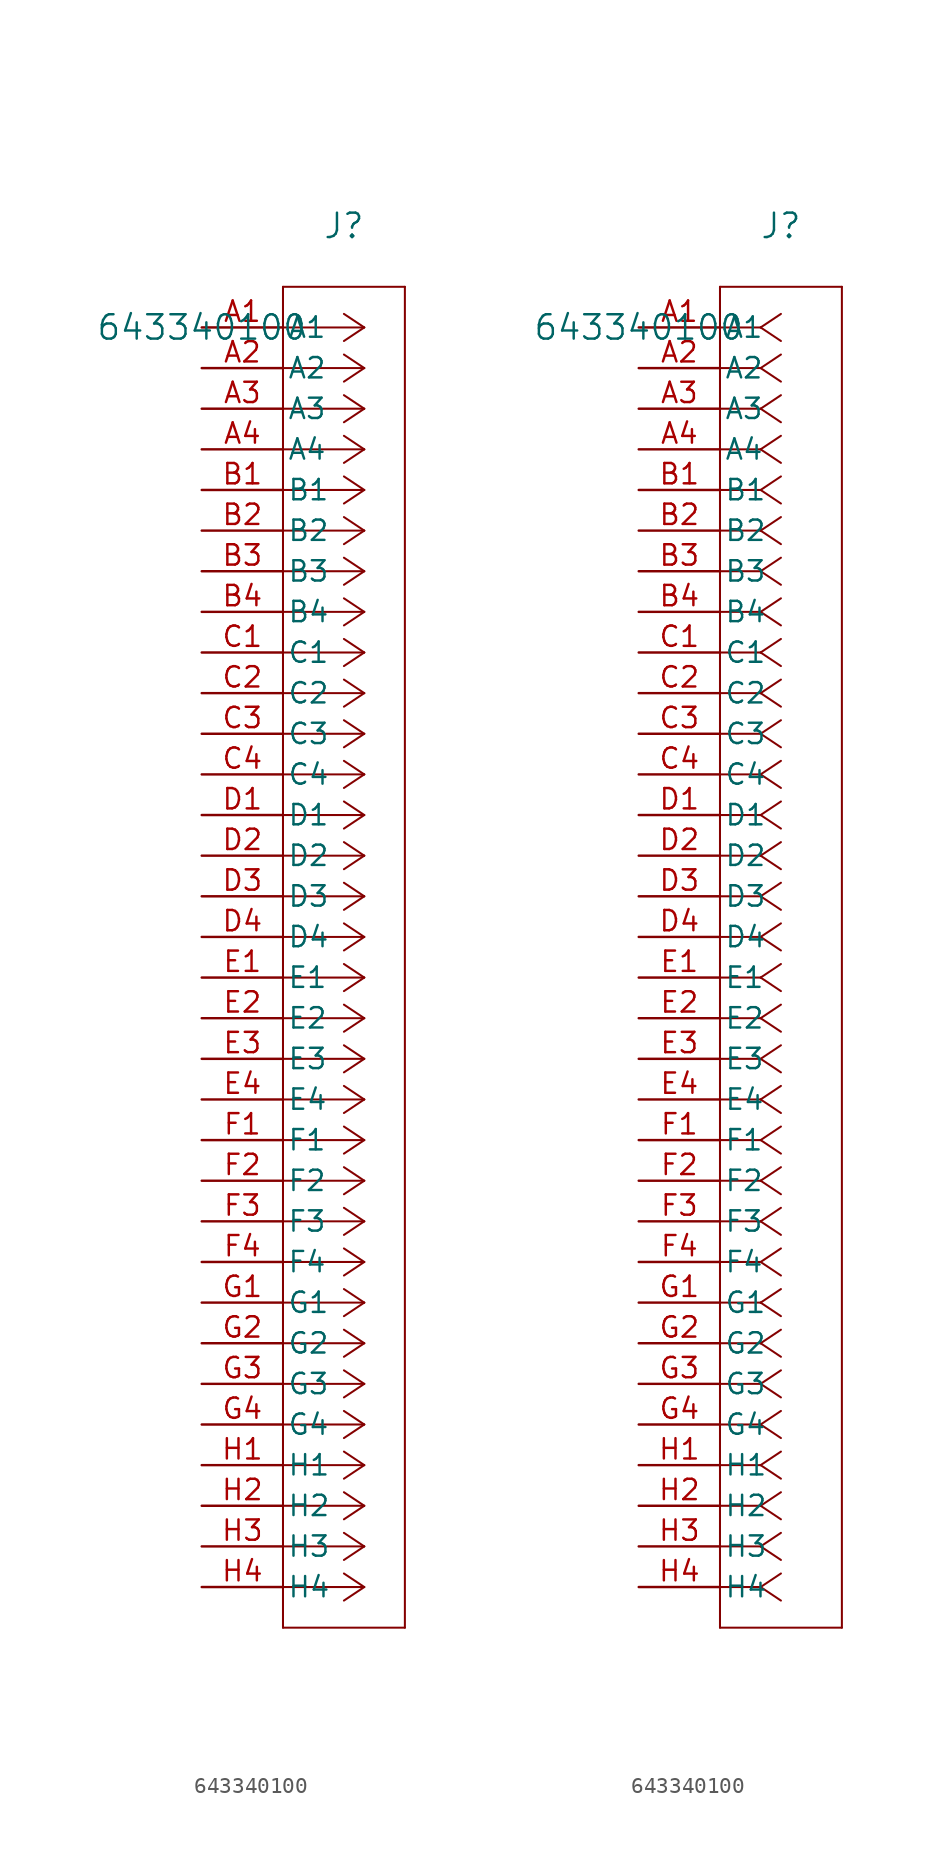
<source format=kicad_sym>
(kicad_symbol_lib
  (version 20211014)
  (generator kicad_symbol_editor)
  (symbol "643340100"
    (pin_names
      (offset 0.254))
    (property "Reference" "J"
      (at 8.89 6.35 0)
      (effects (font (size 1.524 1.524))))
    (property "Value" "643340100"
      (at 0 0 0)
      (effects (font (size 1.524 1.524))))
    (symbol "643340100_1_1"
      (polyline (pts (xy 10.16 0) (xy 5.08 0)) (stroke (width 0.127) (type default) (color 0 0 0 0)) (fill (type none)))
      (polyline (pts (xy 10.16 -2.54) (xy 5.08 -2.54)) (stroke (width 0.127) (type default) (color 0 0 0 0)) (fill (type none)))
      (polyline (pts (xy 10.16 -5.08) (xy 5.08 -5.08)) (stroke (width 0.127) (type default) (color 0 0 0 0)) (fill (type none)))
      (polyline (pts (xy 10.16 -7.62) (xy 5.08 -7.62)) (stroke (width 0.127) (type default) (color 0 0 0 0)) (fill (type none)))
      (polyline (pts (xy 10.16 -10.16) (xy 5.08 -10.16)) (stroke (width 0.127) (type default) (color 0 0 0 0)) (fill (type none)))
      (polyline (pts (xy 10.16 -12.7) (xy 5.08 -12.7)) (stroke (width 0.127) (type default) (color 0 0 0 0)) (fill (type none)))
      (polyline (pts (xy 10.16 -15.24) (xy 5.08 -15.24)) (stroke (width 0.127) (type default) (color 0 0 0 0)) (fill (type none)))
      (polyline (pts (xy 10.16 -17.78) (xy 5.08 -17.78)) (stroke (width 0.127) (type default) (color 0 0 0 0)) (fill (type none)))
      (polyline (pts (xy 10.16 -20.32) (xy 5.08 -20.32)) (stroke (width 0.127) (type default) (color 0 0 0 0)) (fill (type none)))
      (polyline (pts (xy 10.16 -22.86) (xy 5.08 -22.86)) (stroke (width 0.127) (type default) (color 0 0 0 0)) (fill (type none)))
      (polyline (pts (xy 10.16 -25.4) (xy 5.08 -25.4)) (stroke (width 0.127) (type default) (color 0 0 0 0)) (fill (type none)))
      (polyline (pts (xy 10.16 -27.94) (xy 5.08 -27.94)) (stroke (width 0.127) (type default) (color 0 0 0 0)) (fill (type none)))
      (polyline (pts (xy 10.16 -30.48) (xy 5.08 -30.48)) (stroke (width 0.127) (type default) (color 0 0 0 0)) (fill (type none)))
      (polyline (pts (xy 10.16 -33.02) (xy 5.08 -33.02)) (stroke (width 0.127) (type default) (color 0 0 0 0)) (fill (type none)))
      (polyline (pts (xy 10.16 -35.56) (xy 5.08 -35.56)) (stroke (width 0.127) (type default) (color 0 0 0 0)) (fill (type none)))
      (polyline (pts (xy 10.16 -38.1) (xy 5.08 -38.1)) (stroke (width 0.127) (type default) (color 0 0 0 0)) (fill (type none)))
      (polyline (pts (xy 10.16 -40.64) (xy 5.08 -40.64)) (stroke (width 0.127) (type default) (color 0 0 0 0)) (fill (type none)))
      (polyline (pts (xy 10.16 -43.18) (xy 5.08 -43.18)) (stroke (width 0.127) (type default) (color 0 0 0 0)) (fill (type none)))
      (polyline (pts (xy 10.16 -45.72) (xy 5.08 -45.72)) (stroke (width 0.127) (type default) (color 0 0 0 0)) (fill (type none)))
      (polyline (pts (xy 10.16 -48.26) (xy 5.08 -48.26)) (stroke (width 0.127) (type default) (color 0 0 0 0)) (fill (type none)))
      (polyline (pts (xy 10.16 -50.8) (xy 5.08 -50.8)) (stroke (width 0.127) (type default) (color 0 0 0 0)) (fill (type none)))
      (polyline (pts (xy 10.16 -53.34) (xy 5.08 -53.34)) (stroke (width 0.127) (type default) (color 0 0 0 0)) (fill (type none)))
      (polyline (pts (xy 10.16 -55.88) (xy 5.08 -55.88)) (stroke (width 0.127) (type default) (color 0 0 0 0)) (fill (type none)))
      (polyline (pts (xy 10.16 -58.42) (xy 5.08 -58.42)) (stroke (width 0.127) (type default) (color 0 0 0 0)) (fill (type none)))
      (polyline (pts (xy 10.16 -60.96) (xy 5.08 -60.96)) (stroke (width 0.127) (type default) (color 0 0 0 0)) (fill (type none)))
      (polyline (pts (xy 10.16 -63.5) (xy 5.08 -63.5)) (stroke (width 0.127) (type default) (color 0 0 0 0)) (fill (type none)))
      (polyline (pts (xy 10.16 -66.04) (xy 5.08 -66.04)) (stroke (width 0.127) (type default) (color 0 0 0 0)) (fill (type none)))
      (polyline (pts (xy 10.16 -68.58) (xy 5.08 -68.58)) (stroke (width 0.127) (type default) (color 0 0 0 0)) (fill (type none)))
      (polyline (pts (xy 10.16 -71.12) (xy 5.08 -71.12)) (stroke (width 0.127) (type default) (color 0 0 0 0)) (fill (type none)))
      (polyline (pts (xy 10.16 -73.66) (xy 5.08 -73.66)) (stroke (width 0.127) (type default) (color 0 0 0 0)) (fill (type none)))
      (polyline (pts (xy 10.16 -76.2) (xy 5.08 -76.2)) (stroke (width 0.127) (type default) (color 0 0 0 0)) (fill (type none)))
      (polyline (pts (xy 10.16 -78.74) (xy 5.08 -78.74)) (stroke (width 0.127) (type default) (color 0 0 0 0)) (fill (type none)))
      (polyline (pts (xy 10.16 0) (xy 8.89 0.847)) (stroke (width 0.127) (type default) (color 0 0 0 0)) (fill (type none)))
      (polyline (pts (xy 10.16 -2.54) (xy 8.89 -1.693)) (stroke (width 0.127) (type default) (color 0 0 0 0)) (fill (type none)))
      (polyline (pts (xy 10.16 -5.08) (xy 8.89 -4.233)) (stroke (width 0.127) (type default) (color 0 0 0 0)) (fill (type none)))
      (polyline (pts (xy 10.16 -7.62) (xy 8.89 -6.773)) (stroke (width 0.127) (type default) (color 0 0 0 0)) (fill (type none)))
      (polyline (pts (xy 10.16 -10.16) (xy 8.89 -9.313)) (stroke (width 0.127) (type default) (color 0 0 0 0)) (fill (type none)))
      (polyline (pts (xy 10.16 -12.7) (xy 8.89 -11.853)) (stroke (width 0.127) (type default) (color 0 0 0 0)) (fill (type none)))
      (polyline (pts (xy 10.16 -15.24) (xy 8.89 -14.393)) (stroke (width 0.127) (type default) (color 0 0 0 0)) (fill (type none)))
      (polyline (pts (xy 10.16 -17.78) (xy 8.89 -16.933)) (stroke (width 0.127) (type default) (color 0 0 0 0)) (fill (type none)))
      (polyline (pts (xy 10.16 -20.32) (xy 8.89 -19.473)) (stroke (width 0.127) (type default) (color 0 0 0 0)) (fill (type none)))
      (polyline (pts (xy 10.16 -22.86) (xy 8.89 -22.013)) (stroke (width 0.127) (type default) (color 0 0 0 0)) (fill (type none)))
      (polyline (pts (xy 10.16 -25.4) (xy 8.89 -24.553)) (stroke (width 0.127) (type default) (color 0 0 0 0)) (fill (type none)))
      (polyline (pts (xy 10.16 -27.94) (xy 8.89 -27.093)) (stroke (width 0.127) (type default) (color 0 0 0 0)) (fill (type none)))
      (polyline (pts (xy 10.16 -30.48) (xy 8.89 -29.633)) (stroke (width 0.127) (type default) (color 0 0 0 0)) (fill (type none)))
      (polyline (pts (xy 10.16 -33.02) (xy 8.89 -32.173)) (stroke (width 0.127) (type default) (color 0 0 0 0)) (fill (type none)))
      (polyline (pts (xy 10.16 -35.56) (xy 8.89 -34.713)) (stroke (width 0.127) (type default) (color 0 0 0 0)) (fill (type none)))
      (polyline (pts (xy 10.16 -38.1) (xy 8.89 -37.253)) (stroke (width 0.127) (type default) (color 0 0 0 0)) (fill (type none)))
      (polyline (pts (xy 10.16 -40.64) (xy 8.89 -39.793)) (stroke (width 0.127) (type default) (color 0 0 0 0)) (fill (type none)))
      (polyline (pts (xy 10.16 -43.18) (xy 8.89 -42.333)) (stroke (width 0.127) (type default) (color 0 0 0 0)) (fill (type none)))
      (polyline (pts (xy 10.16 -45.72) (xy 8.89 -44.873)) (stroke (width 0.127) (type default) (color 0 0 0 0)) (fill (type none)))
      (polyline (pts (xy 10.16 -48.26) (xy 8.89 -47.413)) (stroke (width 0.127) (type default) (color 0 0 0 0)) (fill (type none)))
      (polyline (pts (xy 10.16 -50.8) (xy 8.89 -49.953)) (stroke (width 0.127) (type default) (color 0 0 0 0)) (fill (type none)))
      (polyline (pts (xy 10.16 -53.34) (xy 8.89 -52.493)) (stroke (width 0.127) (type default) (color 0 0 0 0)) (fill (type none)))
      (polyline (pts (xy 10.16 -55.88) (xy 8.89 -55.033)) (stroke (width 0.127) (type default) (color 0 0 0 0)) (fill (type none)))
      (polyline (pts (xy 10.16 -58.42) (xy 8.89 -57.573)) (stroke (width 0.127) (type default) (color 0 0 0 0)) (fill (type none)))
      (polyline (pts (xy 10.16 -60.96) (xy 8.89 -60.113)) (stroke (width 0.127) (type default) (color 0 0 0 0)) (fill (type none)))
      (polyline (pts (xy 10.16 -63.5) (xy 8.89 -62.653)) (stroke (width 0.127) (type default) (color 0 0 0 0)) (fill (type none)))
      (polyline (pts (xy 10.16 -66.04) (xy 8.89 -65.193)) (stroke (width 0.127) (type default) (color 0 0 0 0)) (fill (type none)))
      (polyline (pts (xy 10.16 -68.58) (xy 8.89 -67.733)) (stroke (width 0.127) (type default) (color 0 0 0 0)) (fill (type none)))
      (polyline (pts (xy 10.16 -71.12) (xy 8.89 -70.273)) (stroke (width 0.127) (type default) (color 0 0 0 0)) (fill (type none)))
      (polyline (pts (xy 10.16 -73.66) (xy 8.89 -72.813)) (stroke (width 0.127) (type default) (color 0 0 0 0)) (fill (type none)))
      (polyline (pts (xy 10.16 -76.2) (xy 8.89 -75.353)) (stroke (width 0.127) (type default) (color 0 0 0 0)) (fill (type none)))
      (polyline (pts (xy 10.16 -78.74) (xy 8.89 -77.893)) (stroke (width 0.127) (type default) (color 0 0 0 0)) (fill (type none)))
      (polyline (pts (xy 10.16 0) (xy 8.89 -0.847)) (stroke (width 0.127) (type default) (color 0 0 0 0)) (fill (type none)))
      (polyline (pts (xy 10.16 -2.54) (xy 8.89 -3.387)) (stroke (width 0.127) (type default) (color 0 0 0 0)) (fill (type none)))
      (polyline (pts (xy 10.16 -5.08) (xy 8.89 -5.927)) (stroke (width 0.127) (type default) (color 0 0 0 0)) (fill (type none)))
      (polyline (pts (xy 10.16 -7.62) (xy 8.89 -8.467)) (stroke (width 0.127) (type default) (color 0 0 0 0)) (fill (type none)))
      (polyline (pts (xy 10.16 -10.16) (xy 8.89 -11.007)) (stroke (width 0.127) (type default) (color 0 0 0 0)) (fill (type none)))
      (polyline (pts (xy 10.16 -12.7) (xy 8.89 -13.547)) (stroke (width 0.127) (type default) (color 0 0 0 0)) (fill (type none)))
      (polyline (pts (xy 10.16 -15.24) (xy 8.89 -16.087)) (stroke (width 0.127) (type default) (color 0 0 0 0)) (fill (type none)))
      (polyline (pts (xy 10.16 -17.78) (xy 8.89 -18.627)) (stroke (width 0.127) (type default) (color 0 0 0 0)) (fill (type none)))
      (polyline (pts (xy 10.16 -20.32) (xy 8.89 -21.167)) (stroke (width 0.127) (type default) (color 0 0 0 0)) (fill (type none)))
      (polyline (pts (xy 10.16 -22.86) (xy 8.89 -23.707)) (stroke (width 0.127) (type default) (color 0 0 0 0)) (fill (type none)))
      (polyline (pts (xy 10.16 -25.4) (xy 8.89 -26.247)) (stroke (width 0.127) (type default) (color 0 0 0 0)) (fill (type none)))
      (polyline (pts (xy 10.16 -27.94) (xy 8.89 -28.787)) (stroke (width 0.127) (type default) (color 0 0 0 0)) (fill (type none)))
      (polyline (pts (xy 10.16 -30.48) (xy 8.89 -31.327)) (stroke (width 0.127) (type default) (color 0 0 0 0)) (fill (type none)))
      (polyline (pts (xy 10.16 -33.02) (xy 8.89 -33.867)) (stroke (width 0.127) (type default) (color 0 0 0 0)) (fill (type none)))
      (polyline (pts (xy 10.16 -35.56) (xy 8.89 -36.407)) (stroke (width 0.127) (type default) (color 0 0 0 0)) (fill (type none)))
      (polyline (pts (xy 10.16 -38.1) (xy 8.89 -38.947)) (stroke (width 0.127) (type default) (color 0 0 0 0)) (fill (type none)))
      (polyline (pts (xy 10.16 -40.64) (xy 8.89 -41.487)) (stroke (width 0.127) (type default) (color 0 0 0 0)) (fill (type none)))
      (polyline (pts (xy 10.16 -43.18) (xy 8.89 -44.027)) (stroke (width 0.127) (type default) (color 0 0 0 0)) (fill (type none)))
      (polyline (pts (xy 10.16 -45.72) (xy 8.89 -46.567)) (stroke (width 0.127) (type default) (color 0 0 0 0)) (fill (type none)))
      (polyline (pts (xy 10.16 -48.26) (xy 8.89 -49.107)) (stroke (width 0.127) (type default) (color 0 0 0 0)) (fill (type none)))
      (polyline (pts (xy 10.16 -50.8) (xy 8.89 -51.647)) (stroke (width 0.127) (type default) (color 0 0 0 0)) (fill (type none)))
      (polyline (pts (xy 10.16 -53.34) (xy 8.89 -54.187)) (stroke (width 0.127) (type default) (color 0 0 0 0)) (fill (type none)))
      (polyline (pts (xy 10.16 -55.88) (xy 8.89 -56.727)) (stroke (width 0.127) (type default) (color 0 0 0 0)) (fill (type none)))
      (polyline (pts (xy 10.16 -58.42) (xy 8.89 -59.267)) (stroke (width 0.127) (type default) (color 0 0 0 0)) (fill (type none)))
      (polyline (pts (xy 10.16 -60.96) (xy 8.89 -61.807)) (stroke (width 0.127) (type default) (color 0 0 0 0)) (fill (type none)))
      (polyline (pts (xy 10.16 -63.5) (xy 8.89 -64.347)) (stroke (width 0.127) (type default) (color 0 0 0 0)) (fill (type none)))
      (polyline (pts (xy 10.16 -66.04) (xy 8.89 -66.887)) (stroke (width 0.127) (type default) (color 0 0 0 0)) (fill (type none)))
      (polyline (pts (xy 10.16 -68.58) (xy 8.89 -69.427)) (stroke (width 0.127) (type default) (color 0 0 0 0)) (fill (type none)))
      (polyline (pts (xy 10.16 -71.12) (xy 8.89 -71.967)) (stroke (width 0.127) (type default) (color 0 0 0 0)) (fill (type none)))
      (polyline (pts (xy 10.16 -73.66) (xy 8.89 -74.507)) (stroke (width 0.127) (type default) (color 0 0 0 0)) (fill (type none)))
      (polyline (pts (xy 10.16 -76.2) (xy 8.89 -77.047)) (stroke (width 0.127) (type default) (color 0 0 0 0)) (fill (type none)))
      (polyline (pts (xy 10.16 -78.74) (xy 8.89 -79.587)) (stroke (width 0.127) (type default) (color 0 0 0 0)) (fill (type none)))
      (polyline (pts (xy 5.08 2.54) (xy 5.08 -81.28)) (stroke (width 0.127) (type default) (color 0 0 0 0)) (fill (type none)))
      (polyline (pts (xy 5.08 -81.28) (xy 12.7 -81.28)) (stroke (width 0.127) (type default) (color 0 0 0 0)) (fill (type none)))
      (polyline (pts (xy 12.7 -81.28) (xy 12.7 2.54)) (stroke (width 0.127) (type default) (color 0 0 0 0)) (fill (type none)))
      (polyline (pts (xy 12.7 2.54) (xy 5.08 2.54)) (stroke (width 0.127) (type default) (color 0 0 0 0)) (fill (type none)))
      (pin unspecified line (at 0 0 0) (length 5.08) (name "A1" (effects (font (size 1.27 1.27)))) (number "A1" (effects (font (size 1.27 1.27)))))
      (pin unspecified line (at 0 -2.54 0) (length 5.08) (name "A2" (effects (font (size 1.27 1.27)))) (number "A2" (effects (font (size 1.27 1.27)))))
      (pin unspecified line (at 0 -5.08 0) (length 5.08) (name "A3" (effects (font (size 1.27 1.27)))) (number "A3" (effects (font (size 1.27 1.27)))))
      (pin unspecified line (at 0 -7.62 0) (length 5.08) (name "A4" (effects (font (size 1.27 1.27)))) (number "A4" (effects (font (size 1.27 1.27)))))
      (pin unspecified line (at 0 -10.16 0) (length 5.08) (name "B1" (effects (font (size 1.27 1.27)))) (number "B1" (effects (font (size 1.27 1.27)))))
      (pin unspecified line (at 0 -12.7 0) (length 5.08) (name "B2" (effects (font (size 1.27 1.27)))) (number "B2" (effects (font (size 1.27 1.27)))))
      (pin unspecified line (at 0 -15.24 0) (length 5.08) (name "B3" (effects (font (size 1.27 1.27)))) (number "B3" (effects (font (size 1.27 1.27)))))
      (pin unspecified line (at 0 -17.78 0) (length 5.08) (name "B4" (effects (font (size 1.27 1.27)))) (number "B4" (effects (font (size 1.27 1.27)))))
      (pin unspecified line (at 0 -20.32 0) (length 5.08) (name "C1" (effects (font (size 1.27 1.27)))) (number "C1" (effects (font (size 1.27 1.27)))))
      (pin unspecified line (at 0 -22.86 0) (length 5.08) (name "C2" (effects (font (size 1.27 1.27)))) (number "C2" (effects (font (size 1.27 1.27)))))
      (pin unspecified line (at 0 -25.4 0) (length 5.08) (name "C3" (effects (font (size 1.27 1.27)))) (number "C3" (effects (font (size 1.27 1.27)))))
      (pin unspecified line (at 0 -27.94 0) (length 5.08) (name "C4" (effects (font (size 1.27 1.27)))) (number "C4" (effects (font (size 1.27 1.27)))))
      (pin unspecified line (at 0 -30.48 0) (length 5.08) (name "D1" (effects (font (size 1.27 1.27)))) (number "D1" (effects (font (size 1.27 1.27)))))
      (pin unspecified line (at 0 -33.02 0) (length 5.08) (name "D2" (effects (font (size 1.27 1.27)))) (number "D2" (effects (font (size 1.27 1.27)))))
      (pin unspecified line (at 0 -35.56 0) (length 5.08) (name "D3" (effects (font (size 1.27 1.27)))) (number "D3" (effects (font (size 1.27 1.27)))))
      (pin unspecified line (at 0 -38.1 0) (length 5.08) (name "D4" (effects (font (size 1.27 1.27)))) (number "D4" (effects (font (size 1.27 1.27)))))
      (pin unspecified line (at 0 -40.64 0) (length 5.08) (name "E1" (effects (font (size 1.27 1.27)))) (number "E1" (effects (font (size 1.27 1.27)))))
      (pin unspecified line (at 0 -43.18 0) (length 5.08) (name "E2" (effects (font (size 1.27 1.27)))) (number "E2" (effects (font (size 1.27 1.27)))))
      (pin unspecified line (at 0 -45.72 0) (length 5.08) (name "E3" (effects (font (size 1.27 1.27)))) (number "E3" (effects (font (size 1.27 1.27)))))
      (pin unspecified line (at 0 -48.26 0) (length 5.08) (name "E4" (effects (font (size 1.27 1.27)))) (number "E4" (effects (font (size 1.27 1.27)))))
      (pin unspecified line (at 0 -50.8 0) (length 5.08) (name "F1" (effects (font (size 1.27 1.27)))) (number "F1" (effects (font (size 1.27 1.27)))))
      (pin unspecified line (at 0 -53.34 0) (length 5.08) (name "F2" (effects (font (size 1.27 1.27)))) (number "F2" (effects (font (size 1.27 1.27)))))
      (pin unspecified line (at 0 -55.88 0) (length 5.08) (name "F3" (effects (font (size 1.27 1.27)))) (number "F3" (effects (font (size 1.27 1.27)))))
      (pin unspecified line (at 0 -58.42 0) (length 5.08) (name "F4" (effects (font (size 1.27 1.27)))) (number "F4" (effects (font (size 1.27 1.27)))))
      (pin unspecified line (at 0 -60.96 0) (length 5.08) (name "G1" (effects (font (size 1.27 1.27)))) (number "G1" (effects (font (size 1.27 1.27)))))
      (pin unspecified line (at 0 -63.5 0) (length 5.08) (name "G2" (effects (font (size 1.27 1.27)))) (number "G2" (effects (font (size 1.27 1.27)))))
      (pin unspecified line (at 0 -66.04 0) (length 5.08) (name "G3" (effects (font (size 1.27 1.27)))) (number "G3" (effects (font (size 1.27 1.27)))))
      (pin unspecified line (at 0 -68.58 0) (length 5.08) (name "G4" (effects (font (size 1.27 1.27)))) (number "G4" (effects (font (size 1.27 1.27)))))
      (pin unspecified line (at 0 -71.12 0) (length 5.08) (name "H1" (effects (font (size 1.27 1.27)))) (number "H1" (effects (font (size 1.27 1.27)))))
      (pin unspecified line (at 0 -73.66 0) (length 5.08) (name "H2" (effects (font (size 1.27 1.27)))) (number "H2" (effects (font (size 1.27 1.27)))))
      (pin unspecified line (at 0 -76.2 0) (length 5.08) (name "H3" (effects (font (size 1.27 1.27)))) (number "H3" (effects (font (size 1.27 1.27)))))
      (pin unspecified line (at 0 -78.74 0) (length 5.08) (name "H4" (effects (font (size 1.27 1.27)))) (number "H4" (effects (font (size 1.27 1.27))))))
    (symbol "643340100_1_2"
      (polyline (pts (xy 7.62 0) (xy 5.08 0)) (stroke (width 0.127) (type default) (color 0 0 0 0)) (fill (type none)))
      (polyline (pts (xy 7.62 -2.54) (xy 5.08 -2.54)) (stroke (width 0.127) (type default) (color 0 0 0 0)) (fill (type none)))
      (polyline (pts (xy 7.62 -5.08) (xy 5.08 -5.08)) (stroke (width 0.127) (type default) (color 0 0 0 0)) (fill (type none)))
      (polyline (pts (xy 7.62 -7.62) (xy 5.08 -7.62)) (stroke (width 0.127) (type default) (color 0 0 0 0)) (fill (type none)))
      (polyline (pts (xy 7.62 -10.16) (xy 5.08 -10.16)) (stroke (width 0.127) (type default) (color 0 0 0 0)) (fill (type none)))
      (polyline (pts (xy 7.62 -12.7) (xy 5.08 -12.7)) (stroke (width 0.127) (type default) (color 0 0 0 0)) (fill (type none)))
      (polyline (pts (xy 7.62 -15.24) (xy 5.08 -15.24)) (stroke (width 0.127) (type default) (color 0 0 0 0)) (fill (type none)))
      (polyline (pts (xy 7.62 -17.78) (xy 5.08 -17.78)) (stroke (width 0.127) (type default) (color 0 0 0 0)) (fill (type none)))
      (polyline (pts (xy 7.62 -20.32) (xy 5.08 -20.32)) (stroke (width 0.127) (type default) (color 0 0 0 0)) (fill (type none)))
      (polyline (pts (xy 7.62 -22.86) (xy 5.08 -22.86)) (stroke (width 0.127) (type default) (color 0 0 0 0)) (fill (type none)))
      (polyline (pts (xy 7.62 -25.4) (xy 5.08 -25.4)) (stroke (width 0.127) (type default) (color 0 0 0 0)) (fill (type none)))
      (polyline (pts (xy 7.62 -27.94) (xy 5.08 -27.94)) (stroke (width 0.127) (type default) (color 0 0 0 0)) (fill (type none)))
      (polyline (pts (xy 7.62 -30.48) (xy 5.08 -30.48)) (stroke (width 0.127) (type default) (color 0 0 0 0)) (fill (type none)))
      (polyline (pts (xy 7.62 -33.02) (xy 5.08 -33.02)) (stroke (width 0.127) (type default) (color 0 0 0 0)) (fill (type none)))
      (polyline (pts (xy 7.62 -35.56) (xy 5.08 -35.56)) (stroke (width 0.127) (type default) (color 0 0 0 0)) (fill (type none)))
      (polyline (pts (xy 7.62 -38.1) (xy 5.08 -38.1)) (stroke (width 0.127) (type default) (color 0 0 0 0)) (fill (type none)))
      (polyline (pts (xy 7.62 -40.64) (xy 5.08 -40.64)) (stroke (width 0.127) (type default) (color 0 0 0 0)) (fill (type none)))
      (polyline (pts (xy 7.62 -43.18) (xy 5.08 -43.18)) (stroke (width 0.127) (type default) (color 0 0 0 0)) (fill (type none)))
      (polyline (pts (xy 7.62 -45.72) (xy 5.08 -45.72)) (stroke (width 0.127) (type default) (color 0 0 0 0)) (fill (type none)))
      (polyline (pts (xy 7.62 -48.26) (xy 5.08 -48.26)) (stroke (width 0.127) (type default) (color 0 0 0 0)) (fill (type none)))
      (polyline (pts (xy 7.62 -50.8) (xy 5.08 -50.8)) (stroke (width 0.127) (type default) (color 0 0 0 0)) (fill (type none)))
      (polyline (pts (xy 7.62 -53.34) (xy 5.08 -53.34)) (stroke (width 0.127) (type default) (color 0 0 0 0)) (fill (type none)))
      (polyline (pts (xy 7.62 -55.88) (xy 5.08 -55.88)) (stroke (width 0.127) (type default) (color 0 0 0 0)) (fill (type none)))
      (polyline (pts (xy 7.62 -58.42) (xy 5.08 -58.42)) (stroke (width 0.127) (type default) (color 0 0 0 0)) (fill (type none)))
      (polyline (pts (xy 7.62 -60.96) (xy 5.08 -60.96)) (stroke (width 0.127) (type default) (color 0 0 0 0)) (fill (type none)))
      (polyline (pts (xy 7.62 -63.5) (xy 5.08 -63.5)) (stroke (width 0.127) (type default) (color 0 0 0 0)) (fill (type none)))
      (polyline (pts (xy 7.62 -66.04) (xy 5.08 -66.04)) (stroke (width 0.127) (type default) (color 0 0 0 0)) (fill (type none)))
      (polyline (pts (xy 7.62 -68.58) (xy 5.08 -68.58)) (stroke (width 0.127) (type default) (color 0 0 0 0)) (fill (type none)))
      (polyline (pts (xy 7.62 -71.12) (xy 5.08 -71.12)) (stroke (width 0.127) (type default) (color 0 0 0 0)) (fill (type none)))
      (polyline (pts (xy 7.62 -73.66) (xy 5.08 -73.66)) (stroke (width 0.127) (type default) (color 0 0 0 0)) (fill (type none)))
      (polyline (pts (xy 7.62 -76.2) (xy 5.08 -76.2)) (stroke (width 0.127) (type default) (color 0 0 0 0)) (fill (type none)))
      (polyline (pts (xy 7.62 -78.74) (xy 5.08 -78.74)) (stroke (width 0.127) (type default) (color 0 0 0 0)) (fill (type none)))
      (polyline (pts (xy 7.62 0) (xy 8.89 0.847)) (stroke (width 0.127) (type default) (color 0 0 0 0)) (fill (type none)))
      (polyline (pts (xy 7.62 -2.54) (xy 8.89 -1.693)) (stroke (width 0.127) (type default) (color 0 0 0 0)) (fill (type none)))
      (polyline (pts (xy 7.62 -5.08) (xy 8.89 -4.233)) (stroke (width 0.127) (type default) (color 0 0 0 0)) (fill (type none)))
      (polyline (pts (xy 7.62 -7.62) (xy 8.89 -6.773)) (stroke (width 0.127) (type default) (color 0 0 0 0)) (fill (type none)))
      (polyline (pts (xy 7.62 -10.16) (xy 8.89 -9.313)) (stroke (width 0.127) (type default) (color 0 0 0 0)) (fill (type none)))
      (polyline (pts (xy 7.62 -12.7) (xy 8.89 -11.853)) (stroke (width 0.127) (type default) (color 0 0 0 0)) (fill (type none)))
      (polyline (pts (xy 7.62 -15.24) (xy 8.89 -14.393)) (stroke (width 0.127) (type default) (color 0 0 0 0)) (fill (type none)))
      (polyline (pts (xy 7.62 -17.78) (xy 8.89 -16.933)) (stroke (width 0.127) (type default) (color 0 0 0 0)) (fill (type none)))
      (polyline (pts (xy 7.62 -20.32) (xy 8.89 -19.473)) (stroke (width 0.127) (type default) (color 0 0 0 0)) (fill (type none)))
      (polyline (pts (xy 7.62 -22.86) (xy 8.89 -22.013)) (stroke (width 0.127) (type default) (color 0 0 0 0)) (fill (type none)))
      (polyline (pts (xy 7.62 -25.4) (xy 8.89 -24.553)) (stroke (width 0.127) (type default) (color 0 0 0 0)) (fill (type none)))
      (polyline (pts (xy 7.62 -27.94) (xy 8.89 -27.093)) (stroke (width 0.127) (type default) (color 0 0 0 0)) (fill (type none)))
      (polyline (pts (xy 7.62 -30.48) (xy 8.89 -29.633)) (stroke (width 0.127) (type default) (color 0 0 0 0)) (fill (type none)))
      (polyline (pts (xy 7.62 -33.02) (xy 8.89 -32.173)) (stroke (width 0.127) (type default) (color 0 0 0 0)) (fill (type none)))
      (polyline (pts (xy 7.62 -35.56) (xy 8.89 -34.713)) (stroke (width 0.127) (type default) (color 0 0 0 0)) (fill (type none)))
      (polyline (pts (xy 7.62 -38.1) (xy 8.89 -37.253)) (stroke (width 0.127) (type default) (color 0 0 0 0)) (fill (type none)))
      (polyline (pts (xy 7.62 -40.64) (xy 8.89 -39.793)) (stroke (width 0.127) (type default) (color 0 0 0 0)) (fill (type none)))
      (polyline (pts (xy 7.62 -43.18) (xy 8.89 -42.333)) (stroke (width 0.127) (type default) (color 0 0 0 0)) (fill (type none)))
      (polyline (pts (xy 7.62 -45.72) (xy 8.89 -44.873)) (stroke (width 0.127) (type default) (color 0 0 0 0)) (fill (type none)))
      (polyline (pts (xy 7.62 -48.26) (xy 8.89 -47.413)) (stroke (width 0.127) (type default) (color 0 0 0 0)) (fill (type none)))
      (polyline (pts (xy 7.62 -50.8) (xy 8.89 -49.953)) (stroke (width 0.127) (type default) (color 0 0 0 0)) (fill (type none)))
      (polyline (pts (xy 7.62 -53.34) (xy 8.89 -52.493)) (stroke (width 0.127) (type default) (color 0 0 0 0)) (fill (type none)))
      (polyline (pts (xy 7.62 -55.88) (xy 8.89 -55.033)) (stroke (width 0.127) (type default) (color 0 0 0 0)) (fill (type none)))
      (polyline (pts (xy 7.62 -58.42) (xy 8.89 -57.573)) (stroke (width 0.127) (type default) (color 0 0 0 0)) (fill (type none)))
      (polyline (pts (xy 7.62 -60.96) (xy 8.89 -60.113)) (stroke (width 0.127) (type default) (color 0 0 0 0)) (fill (type none)))
      (polyline (pts (xy 7.62 -63.5) (xy 8.89 -62.653)) (stroke (width 0.127) (type default) (color 0 0 0 0)) (fill (type none)))
      (polyline (pts (xy 7.62 -66.04) (xy 8.89 -65.193)) (stroke (width 0.127) (type default) (color 0 0 0 0)) (fill (type none)))
      (polyline (pts (xy 7.62 -68.58) (xy 8.89 -67.733)) (stroke (width 0.127) (type default) (color 0 0 0 0)) (fill (type none)))
      (polyline (pts (xy 7.62 -71.12) (xy 8.89 -70.273)) (stroke (width 0.127) (type default) (color 0 0 0 0)) (fill (type none)))
      (polyline (pts (xy 7.62 -73.66) (xy 8.89 -72.813)) (stroke (width 0.127) (type default) (color 0 0 0 0)) (fill (type none)))
      (polyline (pts (xy 7.62 -76.2) (xy 8.89 -75.353)) (stroke (width 0.127) (type default) (color 0 0 0 0)) (fill (type none)))
      (polyline (pts (xy 7.62 -78.74) (xy 8.89 -77.893)) (stroke (width 0.127) (type default) (color 0 0 0 0)) (fill (type none)))
      (polyline (pts (xy 7.62 0) (xy 8.89 -0.847)) (stroke (width 0.127) (type default) (color 0 0 0 0)) (fill (type none)))
      (polyline (pts (xy 7.62 -2.54) (xy 8.89 -3.387)) (stroke (width 0.127) (type default) (color 0 0 0 0)) (fill (type none)))
      (polyline (pts (xy 7.62 -5.08) (xy 8.89 -5.927)) (stroke (width 0.127) (type default) (color 0 0 0 0)) (fill (type none)))
      (polyline (pts (xy 7.62 -7.62) (xy 8.89 -8.467)) (stroke (width 0.127) (type default) (color 0 0 0 0)) (fill (type none)))
      (polyline (pts (xy 7.62 -10.16) (xy 8.89 -11.007)) (stroke (width 0.127) (type default) (color 0 0 0 0)) (fill (type none)))
      (polyline (pts (xy 7.62 -12.7) (xy 8.89 -13.547)) (stroke (width 0.127) (type default) (color 0 0 0 0)) (fill (type none)))
      (polyline (pts (xy 7.62 -15.24) (xy 8.89 -16.087)) (stroke (width 0.127) (type default) (color 0 0 0 0)) (fill (type none)))
      (polyline (pts (xy 7.62 -17.78) (xy 8.89 -18.627)) (stroke (width 0.127) (type default) (color 0 0 0 0)) (fill (type none)))
      (polyline (pts (xy 7.62 -20.32) (xy 8.89 -21.167)) (stroke (width 0.127) (type default) (color 0 0 0 0)) (fill (type none)))
      (polyline (pts (xy 7.62 -22.86) (xy 8.89 -23.707)) (stroke (width 0.127) (type default) (color 0 0 0 0)) (fill (type none)))
      (polyline (pts (xy 7.62 -25.4) (xy 8.89 -26.247)) (stroke (width 0.127) (type default) (color 0 0 0 0)) (fill (type none)))
      (polyline (pts (xy 7.62 -27.94) (xy 8.89 -28.787)) (stroke (width 0.127) (type default) (color 0 0 0 0)) (fill (type none)))
      (polyline (pts (xy 7.62 -30.48) (xy 8.89 -31.327)) (stroke (width 0.127) (type default) (color 0 0 0 0)) (fill (type none)))
      (polyline (pts (xy 7.62 -33.02) (xy 8.89 -33.867)) (stroke (width 0.127) (type default) (color 0 0 0 0)) (fill (type none)))
      (polyline (pts (xy 7.62 -35.56) (xy 8.89 -36.407)) (stroke (width 0.127) (type default) (color 0 0 0 0)) (fill (type none)))
      (polyline (pts (xy 7.62 -38.1) (xy 8.89 -38.947)) (stroke (width 0.127) (type default) (color 0 0 0 0)) (fill (type none)))
      (polyline (pts (xy 7.62 -40.64) (xy 8.89 -41.487)) (stroke (width 0.127) (type default) (color 0 0 0 0)) (fill (type none)))
      (polyline (pts (xy 7.62 -43.18) (xy 8.89 -44.027)) (stroke (width 0.127) (type default) (color 0 0 0 0)) (fill (type none)))
      (polyline (pts (xy 7.62 -45.72) (xy 8.89 -46.567)) (stroke (width 0.127) (type default) (color 0 0 0 0)) (fill (type none)))
      (polyline (pts (xy 7.62 -48.26) (xy 8.89 -49.107)) (stroke (width 0.127) (type default) (color 0 0 0 0)) (fill (type none)))
      (polyline (pts (xy 7.62 -50.8) (xy 8.89 -51.647)) (stroke (width 0.127) (type default) (color 0 0 0 0)) (fill (type none)))
      (polyline (pts (xy 7.62 -53.34) (xy 8.89 -54.187)) (stroke (width 0.127) (type default) (color 0 0 0 0)) (fill (type none)))
      (polyline (pts (xy 7.62 -55.88) (xy 8.89 -56.727)) (stroke (width 0.127) (type default) (color 0 0 0 0)) (fill (type none)))
      (polyline (pts (xy 7.62 -58.42) (xy 8.89 -59.267)) (stroke (width 0.127) (type default) (color 0 0 0 0)) (fill (type none)))
      (polyline (pts (xy 7.62 -60.96) (xy 8.89 -61.807)) (stroke (width 0.127) (type default) (color 0 0 0 0)) (fill (type none)))
      (polyline (pts (xy 7.62 -63.5) (xy 8.89 -64.347)) (stroke (width 0.127) (type default) (color 0 0 0 0)) (fill (type none)))
      (polyline (pts (xy 7.62 -66.04) (xy 8.89 -66.887)) (stroke (width 0.127) (type default) (color 0 0 0 0)) (fill (type none)))
      (polyline (pts (xy 7.62 -68.58) (xy 8.89 -69.427)) (stroke (width 0.127) (type default) (color 0 0 0 0)) (fill (type none)))
      (polyline (pts (xy 7.62 -71.12) (xy 8.89 -71.967)) (stroke (width 0.127) (type default) (color 0 0 0 0)) (fill (type none)))
      (polyline (pts (xy 7.62 -73.66) (xy 8.89 -74.507)) (stroke (width 0.127) (type default) (color 0 0 0 0)) (fill (type none)))
      (polyline (pts (xy 7.62 -76.2) (xy 8.89 -77.047)) (stroke (width 0.127) (type default) (color 0 0 0 0)) (fill (type none)))
      (polyline (pts (xy 7.62 -78.74) (xy 8.89 -79.587)) (stroke (width 0.127) (type default) (color 0 0 0 0)) (fill (type none)))
      (polyline (pts (xy 5.08 2.54) (xy 5.08 -81.28)) (stroke (width 0.127) (type default) (color 0 0 0 0)) (fill (type none)))
      (polyline (pts (xy 5.08 -81.28) (xy 12.7 -81.28)) (stroke (width 0.127) (type default) (color 0 0 0 0)) (fill (type none)))
      (polyline (pts (xy 12.7 -81.28) (xy 12.7 2.54)) (stroke (width 0.127) (type default) (color 0 0 0 0)) (fill (type none)))
      (polyline (pts (xy 12.7 2.54) (xy 5.08 2.54)) (stroke (width 0.127) (type default) (color 0 0 0 0)) (fill (type none)))
      (pin unspecified line (at 0 0 0) (length 5.08) (name "A1" (effects (font (size 1.27 1.27)))) (number "A1" (effects (font (size 1.27 1.27)))))
      (pin unspecified line (at 0 -2.54 0) (length 5.08) (name "A2" (effects (font (size 1.27 1.27)))) (number "A2" (effects (font (size 1.27 1.27)))))
      (pin unspecified line (at 0 -5.08 0) (length 5.08) (name "A3" (effects (font (size 1.27 1.27)))) (number "A3" (effects (font (size 1.27 1.27)))))
      (pin unspecified line (at 0 -7.62 0) (length 5.08) (name "A4" (effects (font (size 1.27 1.27)))) (number "A4" (effects (font (size 1.27 1.27)))))
      (pin unspecified line (at 0 -10.16 0) (length 5.08) (name "B1" (effects (font (size 1.27 1.27)))) (number "B1" (effects (font (size 1.27 1.27)))))
      (pin unspecified line (at 0 -12.7 0) (length 5.08) (name "B2" (effects (font (size 1.27 1.27)))) (number "B2" (effects (font (size 1.27 1.27)))))
      (pin unspecified line (at 0 -15.24 0) (length 5.08) (name "B3" (effects (font (size 1.27 1.27)))) (number "B3" (effects (font (size 1.27 1.27)))))
      (pin unspecified line (at 0 -17.78 0) (length 5.08) (name "B4" (effects (font (size 1.27 1.27)))) (number "B4" (effects (font (size 1.27 1.27)))))
      (pin unspecified line (at 0 -20.32 0) (length 5.08) (name "C1" (effects (font (size 1.27 1.27)))) (number "C1" (effects (font (size 1.27 1.27)))))
      (pin unspecified line (at 0 -22.86 0) (length 5.08) (name "C2" (effects (font (size 1.27 1.27)))) (number "C2" (effects (font (size 1.27 1.27)))))
      (pin unspecified line (at 0 -25.4 0) (length 5.08) (name "C3" (effects (font (size 1.27 1.27)))) (number "C3" (effects (font (size 1.27 1.27)))))
      (pin unspecified line (at 0 -27.94 0) (length 5.08) (name "C4" (effects (font (size 1.27 1.27)))) (number "C4" (effects (font (size 1.27 1.27)))))
      (pin unspecified line (at 0 -30.48 0) (length 5.08) (name "D1" (effects (font (size 1.27 1.27)))) (number "D1" (effects (font (size 1.27 1.27)))))
      (pin unspecified line (at 0 -33.02 0) (length 5.08) (name "D2" (effects (font (size 1.27 1.27)))) (number "D2" (effects (font (size 1.27 1.27)))))
      (pin unspecified line (at 0 -35.56 0) (length 5.08) (name "D3" (effects (font (size 1.27 1.27)))) (number "D3" (effects (font (size 1.27 1.27)))))
      (pin unspecified line (at 0 -38.1 0) (length 5.08) (name "D4" (effects (font (size 1.27 1.27)))) (number "D4" (effects (font (size 1.27 1.27)))))
      (pin unspecified line (at 0 -40.64 0) (length 5.08) (name "E1" (effects (font (size 1.27 1.27)))) (number "E1" (effects (font (size 1.27 1.27)))))
      (pin unspecified line (at 0 -43.18 0) (length 5.08) (name "E2" (effects (font (size 1.27 1.27)))) (number "E2" (effects (font (size 1.27 1.27)))))
      (pin unspecified line (at 0 -45.72 0) (length 5.08) (name "E3" (effects (font (size 1.27 1.27)))) (number "E3" (effects (font (size 1.27 1.27)))))
      (pin unspecified line (at 0 -48.26 0) (length 5.08) (name "E4" (effects (font (size 1.27 1.27)))) (number "E4" (effects (font (size 1.27 1.27)))))
      (pin unspecified line (at 0 -50.8 0) (length 5.08) (name "F1" (effects (font (size 1.27 1.27)))) (number "F1" (effects (font (size 1.27 1.27)))))
      (pin unspecified line (at 0 -53.34 0) (length 5.08) (name "F2" (effects (font (size 1.27 1.27)))) (number "F2" (effects (font (size 1.27 1.27)))))
      (pin unspecified line (at 0 -55.88 0) (length 5.08) (name "F3" (effects (font (size 1.27 1.27)))) (number "F3" (effects (font (size 1.27 1.27)))))
      (pin unspecified line (at 0 -58.42 0) (length 5.08) (name "F4" (effects (font (size 1.27 1.27)))) (number "F4" (effects (font (size 1.27 1.27)))))
      (pin unspecified line (at 0 -60.96 0) (length 5.08) (name "G1" (effects (font (size 1.27 1.27)))) (number "G1" (effects (font (size 1.27 1.27)))))
      (pin unspecified line (at 0 -63.5 0) (length 5.08) (name "G2" (effects (font (size 1.27 1.27)))) (number "G2" (effects (font (size 1.27 1.27)))))
      (pin unspecified line (at 0 -66.04 0) (length 5.08) (name "G3" (effects (font (size 1.27 1.27)))) (number "G3" (effects (font (size 1.27 1.27)))))
      (pin unspecified line (at 0 -68.58 0) (length 5.08) (name "G4" (effects (font (size 1.27 1.27)))) (number "G4" (effects (font (size 1.27 1.27)))))
      (pin unspecified line (at 0 -71.12 0) (length 5.08) (name "H1" (effects (font (size 1.27 1.27)))) (number "H1" (effects (font (size 1.27 1.27)))))
      (pin unspecified line (at 0 -73.66 0) (length 5.08) (name "H2" (effects (font (size 1.27 1.27)))) (number "H2" (effects (font (size 1.27 1.27)))))
      (pin unspecified line (at 0 -76.2 0) (length 5.08) (name "H3" (effects (font (size 1.27 1.27)))) (number "H3" (effects (font (size 1.27 1.27)))))
      (pin unspecified line (at 0 -78.74 0) (length 5.08) (name "H4" (effects (font (size 1.27 1.27)))) (number "H4" (effects (font (size 1.27 1.27))))))))
</source>
